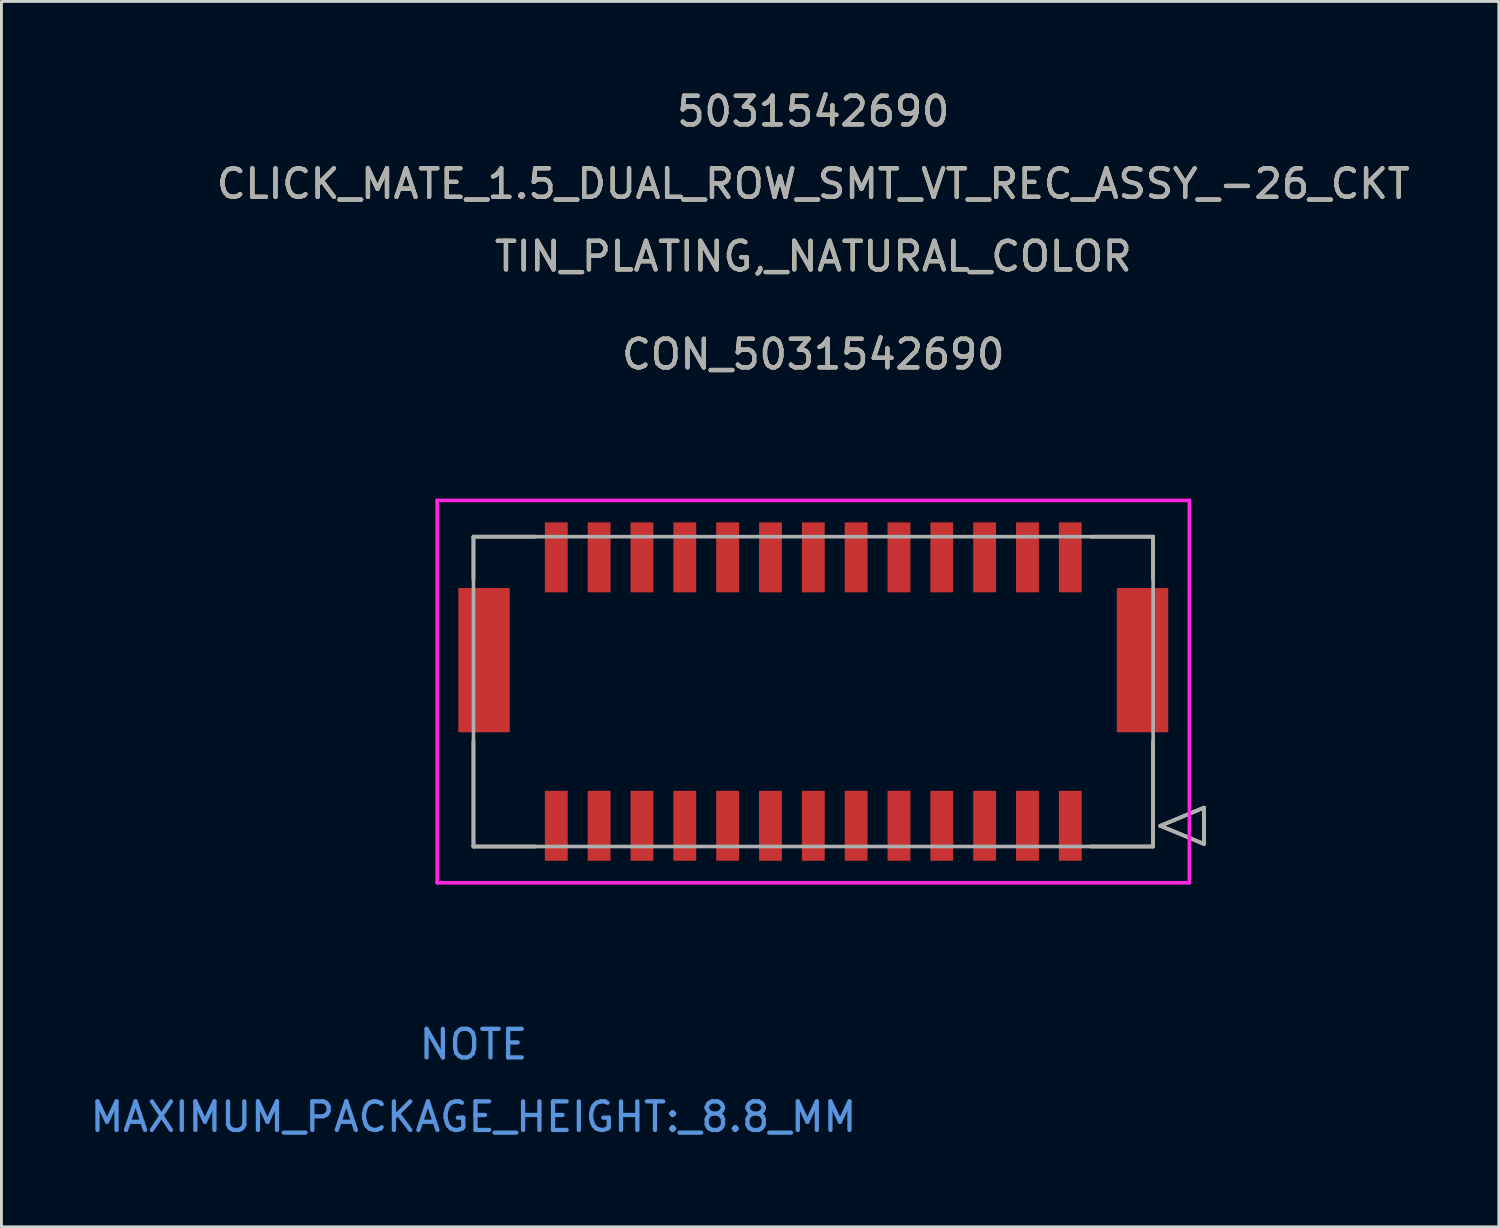
<source format=kicad_pcb>
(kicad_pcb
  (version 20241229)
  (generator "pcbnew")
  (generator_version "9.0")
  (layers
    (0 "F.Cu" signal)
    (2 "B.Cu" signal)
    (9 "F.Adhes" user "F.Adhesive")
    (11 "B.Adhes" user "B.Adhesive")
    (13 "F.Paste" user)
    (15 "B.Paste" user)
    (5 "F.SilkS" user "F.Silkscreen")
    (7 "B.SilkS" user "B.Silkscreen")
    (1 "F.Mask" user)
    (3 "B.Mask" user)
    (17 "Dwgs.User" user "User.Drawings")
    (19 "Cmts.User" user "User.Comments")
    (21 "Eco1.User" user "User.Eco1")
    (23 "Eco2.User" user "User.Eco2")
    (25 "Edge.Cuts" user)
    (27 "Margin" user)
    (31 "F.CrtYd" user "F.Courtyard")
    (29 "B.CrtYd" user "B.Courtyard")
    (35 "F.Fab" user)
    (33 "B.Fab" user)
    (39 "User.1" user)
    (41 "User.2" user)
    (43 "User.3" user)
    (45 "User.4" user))
  (footprint "CON_5031542690"
    (layer "F.Cu")
    (at 34.43 25.868)
    (property "Reference" "CON_5031542690" (at -9 -16.51 0) (unlocked yes) (layer "F.SilkS") (effects (font (size 1 1) (thickness 0.15))))
    (attr smd)
    (fp_line (start -20.9 -10.125) (end -20.9 -8.645) (stroke (width 0.127) (type solid)) (layer "F.SilkS"))
    (fp_line (start -20.9 -2.955) (end -20.9 0.725) (stroke (width 0.127) (type solid)) (layer "F.SilkS"))
    (fp_line (start -20.9 0.725) (end -18.72 0.725) (stroke (width 0.127) (type solid)) (layer "F.SilkS"))
    (fp_line (start -18.72 -10.125) (end -20.9 -10.125) (stroke (width 0.127) (type solid)) (layer "F.SilkS"))
    (fp_line (start 0.72 0.725) (end 2.9 0.725) (stroke (width 0.127) (type solid)) (layer "F.SilkS"))
    (fp_line (start 2.9 -10.125) (end 0.72 -10.125) (stroke (width 0.127) (type solid)) (layer "F.SilkS"))
    (fp_line (start 2.9 -8.645) (end 2.9 -10.125) (stroke (width 0.127) (type solid)) (layer "F.SilkS"))
    (fp_line (start 2.9 0.725) (end 2.9 -2.955) (stroke (width 0.127) (type solid)) (layer "F.SilkS"))
    (fp_line (start 3.154 0) (end 4.678 -0.635) (stroke (width 0.127) (type solid)) (layer "F.SilkS"))
    (fp_line (start 4.678 -0.635) (end 4.678 0.635) (stroke (width 0.127) (type solid)) (layer "F.SilkS"))
    (fp_line (start 4.678 0.635) (end 3.154 0) (stroke (width 0.127) (type solid)) (layer "F.SilkS"))
    (fp_line (start -22.17 -11.395) (end -22.17 1.995) (stroke (width 0.127) (type solid)) (layer "F.CrtYd"))
    (fp_line (start -22.17 1.995) (end 4.17 1.995) (stroke (width 0.127) (type solid)) (layer "F.CrtYd"))
    (fp_line (start 4.17 -11.395) (end -22.17 -11.395) (stroke (width 0.127) (type solid)) (layer "F.CrtYd"))
    (fp_line (start 4.17 1.995) (end 4.17 -11.395) (stroke (width 0.127) (type solid)) (layer "F.CrtYd"))
    (fp_line (start -20.9 -10.125) (end -20.9 0.725) (stroke (width 0.127) (type solid)) (layer "F.Fab"))
    (fp_line (start -20.9 0.725) (end 2.9 0.725) (stroke (width 0.127) (type solid)) (layer "F.Fab"))
    (fp_line (start 2.9 -10.125) (end -20.9 -10.125) (stroke (width 0.127) (type solid)) (layer "F.Fab"))
    (fp_line (start 2.9 0.725) (end 2.9 -10.125) (stroke (width 0.127) (type solid)) (layer "F.Fab"))
    (fp_line (start 3.154 0) (end 4.678 -0.635) (stroke (width 0.127) (type solid)) (layer "F.Fab"))
    (fp_line (start 4.678 -0.635) (end 4.678 0.635) (stroke (width 0.127) (type solid)) (layer "F.Fab"))
    (fp_line (start 4.678 0.635) (end 3.154 0) (stroke (width 0.127) (type solid)) (layer "F.Fab"))
    (fp_text user "TIN_PLATING,_NATURAL_COLOR" (at -9 -19.94 0) (unlocked yes) (layer "F.SilkS") (effects (font (size 1 1) (thickness 0.15))))
    (fp_text user "CLICK_MATE_1.5_DUAL_ROW_SMT_VT_REC_ASSY_-26_CKT" (at -9 -22.48 0) (unlocked yes) (layer "F.SilkS") (effects (font (size 1 1) (thickness 0.15))))
    (fp_text user "5031542690" (at -9 -25.02 0) (unlocked yes) (layer "F.SilkS") (effects (font (size 1 1) (thickness 0.15))))
    (fp_text user "MAXIMUM_PACKAGE_HEIGHT:_8.8_MM" (at -20.9 10.195 0) (unlocked yes) (layer "Cmts.User") (effects (font (size 1 1) (thickness 0.15))))
    (fp_text user "NOTE" (at -20.9 7.655 0) (unlocked yes) (layer "Cmts.User") (effects (font (size 1 1) (thickness 0.15))))
    (fp_text user "CLICK_MATE_1.5_DUAL_ROW_SMT_VT_REC_ASSY_-26_CKT" (at -9 -22.48 0) (unlocked yes) (layer "F.Fab") (effects (font (size 1 1) (thickness 0.15))))
    (fp_text user "TIN_PLATING,_NATURAL_COLOR" (at -9 -19.94 0) (unlocked yes) (layer "F.Fab") (effects (font (size 1 1) (thickness 0.15))))
    (fp_text user "5031542690" (at -9 -25.02 0) (unlocked yes) (layer "F.Fab") (effects (font (size 1 1) (thickness 0.15))))
    (fp_text user "${REFERENCE}" (at -9 -16.51 0) (unlocked yes) (layer "F.Fab") (effects (font (size 1 1) (thickness 0.15))))
    (pad "1" smd rect (at 0 0) (size 0.8 2.45) (layers "F.Cu" "F.Mask" "F.Paste"))
    (pad "2" smd rect (at 0 -9.4) (size 0.8 2.45) (layers "F.Cu" "F.Mask" "F.Paste"))
    (pad "3" smd rect (at -1.5 0) (size 0.8 2.45) (layers "F.Cu" "F.Mask" "F.Paste"))
    (pad "4" smd rect (at -1.5 -9.4) (size 0.8 2.45) (layers "F.Cu" "F.Mask" "F.Paste"))
    (pad "5" smd rect (at -3 0) (size 0.8 2.45) (layers "F.Cu" "F.Mask" "F.Paste"))
    (pad "6" smd rect (at -3 -9.4) (size 0.8 2.45) (layers "F.Cu" "F.Mask" "F.Paste"))
    (pad "7" smd rect (at -4.5 0) (size 0.8 2.45) (layers "F.Cu" "F.Mask" "F.Paste"))
    (pad "8" smd rect (at -4.5 -9.4) (size 0.8 2.45) (layers "F.Cu" "F.Mask" "F.Paste"))
    (pad "9" smd rect (at -6 0) (size 0.8 2.45) (layers "F.Cu" "F.Mask" "F.Paste"))
    (pad "10" smd rect (at -6 -9.4) (size 0.8 2.45) (layers "F.Cu" "F.Mask" "F.Paste"))
    (pad "11" smd rect (at -7.5 0) (size 0.8 2.45) (layers "F.Cu" "F.Mask" "F.Paste"))
    (pad "12" smd rect (at -7.5 -9.4) (size 0.8 2.45) (layers "F.Cu" "F.Mask" "F.Paste"))
    (pad "13" smd rect (at -9 0) (size 0.8 2.45) (layers "F.Cu" "F.Mask" "F.Paste"))
    (pad "14" smd rect (at -9 -9.4) (size 0.8 2.45) (layers "F.Cu" "F.Mask" "F.Paste"))
    (pad "15" smd rect (at -10.5 0) (size 0.8 2.45) (layers "F.Cu" "F.Mask" "F.Paste"))
    (pad "16" smd rect (at -10.5 -9.4) (size 0.8 2.45) (layers "F.Cu" "F.Mask" "F.Paste"))
    (pad "17" smd rect (at -12 0) (size 0.8 2.45) (layers "F.Cu" "F.Mask" "F.Paste"))
    (pad "18" smd rect (at -12 -9.4) (size 0.8 2.45) (layers "F.Cu" "F.Mask" "F.Paste"))
    (pad "19" smd rect (at -13.5 0) (size 0.8 2.45) (layers "F.Cu" "F.Mask" "F.Paste"))
    (pad "20" smd rect (at -13.5 -9.4) (size 0.8 2.45) (layers "F.Cu" "F.Mask" "F.Paste"))
    (pad "21" smd rect (at -15 0) (size 0.8 2.45) (layers "F.Cu" "F.Mask" "F.Paste"))
    (pad "22" smd rect (at -15 -9.4) (size 0.8 2.45) (layers "F.Cu" "F.Mask" "F.Paste"))
    (pad "23" smd rect (at -16.5 0) (size 0.8 2.45) (layers "F.Cu" "F.Mask" "F.Paste"))
    (pad "24" smd rect (at -16.5 -9.4) (size 0.8 2.45) (layers "F.Cu" "F.Mask" "F.Paste"))
    (pad "25" smd rect (at -18 0) (size 0.8 2.45) (layers "F.Cu" "F.Mask" "F.Paste"))
    (pad "26" smd rect (at -18 -9.4) (size 0.8 2.45) (layers "F.Cu" "F.Mask" "F.Paste"))
    (pad "27" smd rect (at 2.53 -5.8) (size 1.8 5.05) (layers "F.Cu" "F.Mask" "F.Paste"))
    (pad "28" smd rect (at -20.53 -5.8) (size 1.8 5.05) (layers "F.Cu" "F.Mask" "F.Paste")))
  (gr_rect
    (start -3 -3)
    (end 49.436 39.912)
    (stroke (width 0.1) (type default))
    (fill no)
    (layer "Edge.Cuts")))
</source>
